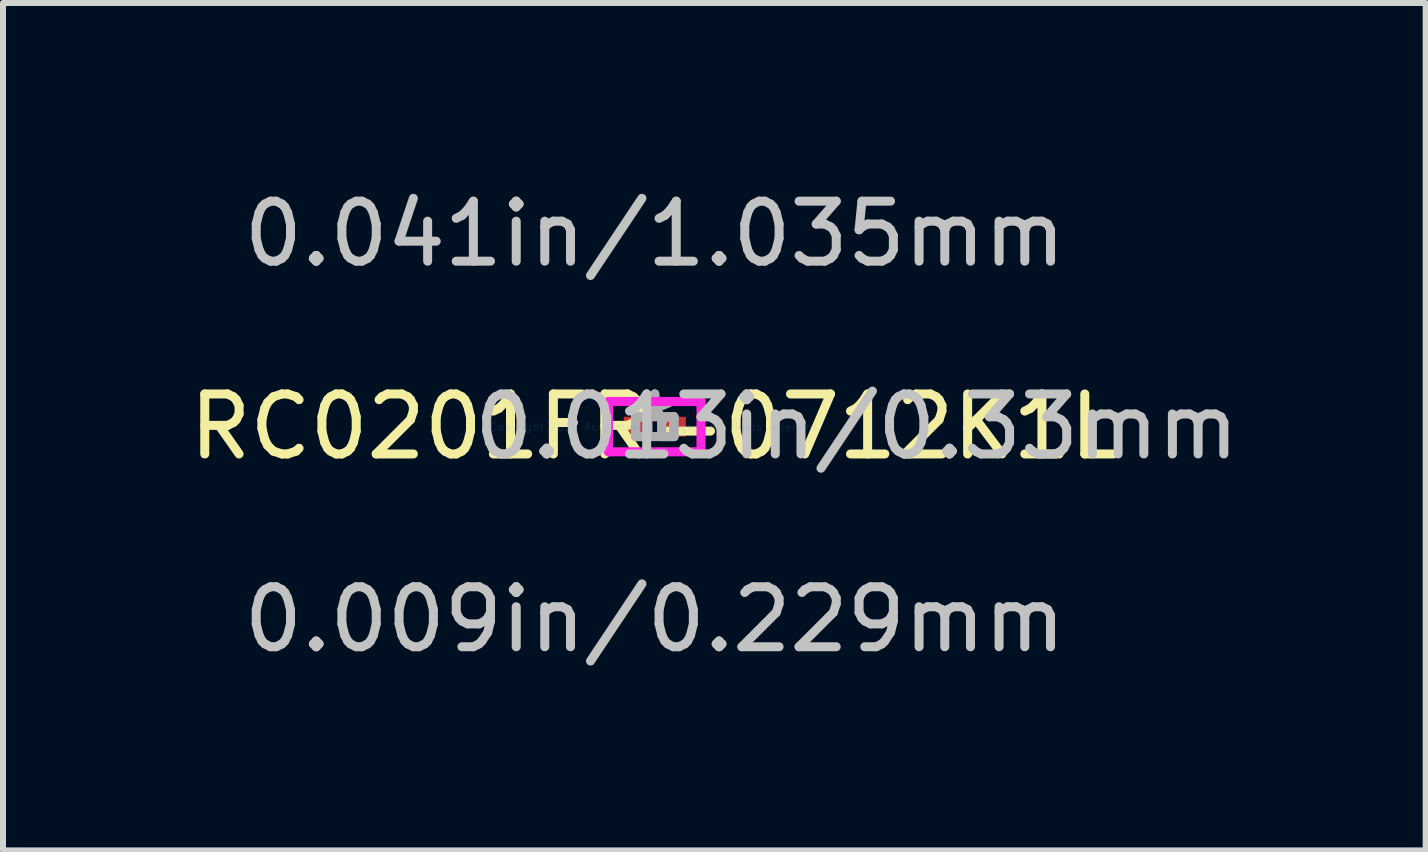
<source format=kicad_pcb>
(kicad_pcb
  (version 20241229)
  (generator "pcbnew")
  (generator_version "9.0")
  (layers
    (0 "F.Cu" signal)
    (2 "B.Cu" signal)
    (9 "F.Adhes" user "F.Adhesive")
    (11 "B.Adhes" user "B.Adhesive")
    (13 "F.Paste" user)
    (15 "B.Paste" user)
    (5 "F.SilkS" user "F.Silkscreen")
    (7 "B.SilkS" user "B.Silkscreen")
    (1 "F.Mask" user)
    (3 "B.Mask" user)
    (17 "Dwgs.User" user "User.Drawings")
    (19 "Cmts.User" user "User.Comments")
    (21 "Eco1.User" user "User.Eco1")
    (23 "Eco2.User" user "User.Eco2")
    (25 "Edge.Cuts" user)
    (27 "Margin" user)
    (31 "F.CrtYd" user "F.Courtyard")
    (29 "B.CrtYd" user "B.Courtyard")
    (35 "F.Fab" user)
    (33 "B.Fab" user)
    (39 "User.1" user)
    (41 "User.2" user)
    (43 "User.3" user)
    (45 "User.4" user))
  (footprint "RC0201FR-0712K1L"
    (layer "F.Cu")
    (at 7.863 4.061)
    (property "Reference" "RC0201FR-0712K1L" (at 0 0 0) (layer "F.SilkS") (effects (font (size 1 1) (thickness 0.15))))
    (attr through_hole)
    (fp_line (start -0.771 -0.419) (end 0.771 -0.419) (stroke (width 0.152) (type solid)) (layer "F.CrtYd"))
    (fp_line (start -0.771 0.419) (end -0.771 -0.419) (stroke (width 0.152) (type solid)) (layer "F.CrtYd"))
    (fp_line (start 0.771 -0.419) (end 0.771 0.419) (stroke (width 0.152) (type solid)) (layer "F.CrtYd"))
    (fp_line (start 0.771 0.419) (end -0.771 0.419) (stroke (width 0.152) (type solid)) (layer "F.CrtYd"))
    (fp_line (start -0.318 -0.165) (end -0.318 0.165) (stroke (width 0.152) (type solid)) (layer "F.Fab"))
    (fp_line (start -0.318 -0.165) (end -0.318 0.165) (stroke (width 0.152) (type solid)) (layer "F.Fab"))
    (fp_line (start -0.318 0.165) (end -0.114 0.165) (stroke (width 0.152) (type solid)) (layer "F.Fab"))
    (fp_line (start -0.318 0.165) (end 0.318 0.165) (stroke (width 0.152) (type solid)) (layer "F.Fab"))
    (fp_line (start -0.114 -0.165) (end -0.318 -0.165) (stroke (width 0.152) (type solid)) (layer "F.Fab"))
    (fp_line (start -0.114 0.165) (end -0.114 -0.165) (stroke (width 0.152) (type solid)) (layer "F.Fab"))
    (fp_line (start 0.114 -0.165) (end 0.114 0.165) (stroke (width 0.152) (type solid)) (layer "F.Fab"))
    (fp_line (start 0.114 0.165) (end 0.318 0.165) (stroke (width 0.152) (type solid)) (layer "F.Fab"))
    (fp_line (start 0.318 -0.165) (end -0.318 -0.165) (stroke (width 0.152) (type solid)) (layer "F.Fab"))
    (fp_line (start 0.318 -0.165) (end 0.114 -0.165) (stroke (width 0.152) (type solid)) (layer "F.Fab"))
    (fp_line (start 0.318 0.165) (end 0.318 -0.165) (stroke (width 0.152) (type solid)) (layer "F.Fab"))
    (fp_line (start 0.318 0.165) (end 0.318 -0.165) (stroke (width 0.152) (type solid)) (layer "F.Fab"))
    (fp_text user "*" (at 0 0 0) (layer "F.SilkS") (effects (font (size 1 1) (thickness 0.15))))
    (fp_text user "0.013in/0.33mm" (at 3.365 0 0) (layer "Dwgs.User") (effects (font (size 1 1) (thickness 0.15))))
    (fp_text user "0.009in/0.229mm" (at 0 3.213 0) (layer "Dwgs.User") (effects (font (size 1 1) (thickness 0.15))))
    (fp_text user "0.041in/1.035mm" (at 0 -3.213 0) (layer "Dwgs.User") (effects (font (size 1 1) (thickness 0.15))))
    (fp_text user "Copyright 2016 Accelerated Designs. All rights reserved." (at 0 0 0) (layer "Cmts.User") (effects (font (size 0.127 0.127) (thickness 0.002))))
    (fp_text user "*" (at 0 0 0) (layer "F.Fab") (effects (font (size 1 1) (thickness 0.15))))
    (pad "1" smd rect (at -0.316 0) (size 0.403 0.33) (layers "F.Cu" "F.Mask" "F.Paste"))
    (pad "2" smd rect (at 0.316 0) (size 0.403 0.33) (layers "F.Cu" "F.Mask" "F.Paste")))
  (gr_rect
    (start -3 -3)
    (end 20.711 11.123)
    (stroke (width 0.1) (type default))
    (fill no)
    (layer "Edge.Cuts")))
</source>
